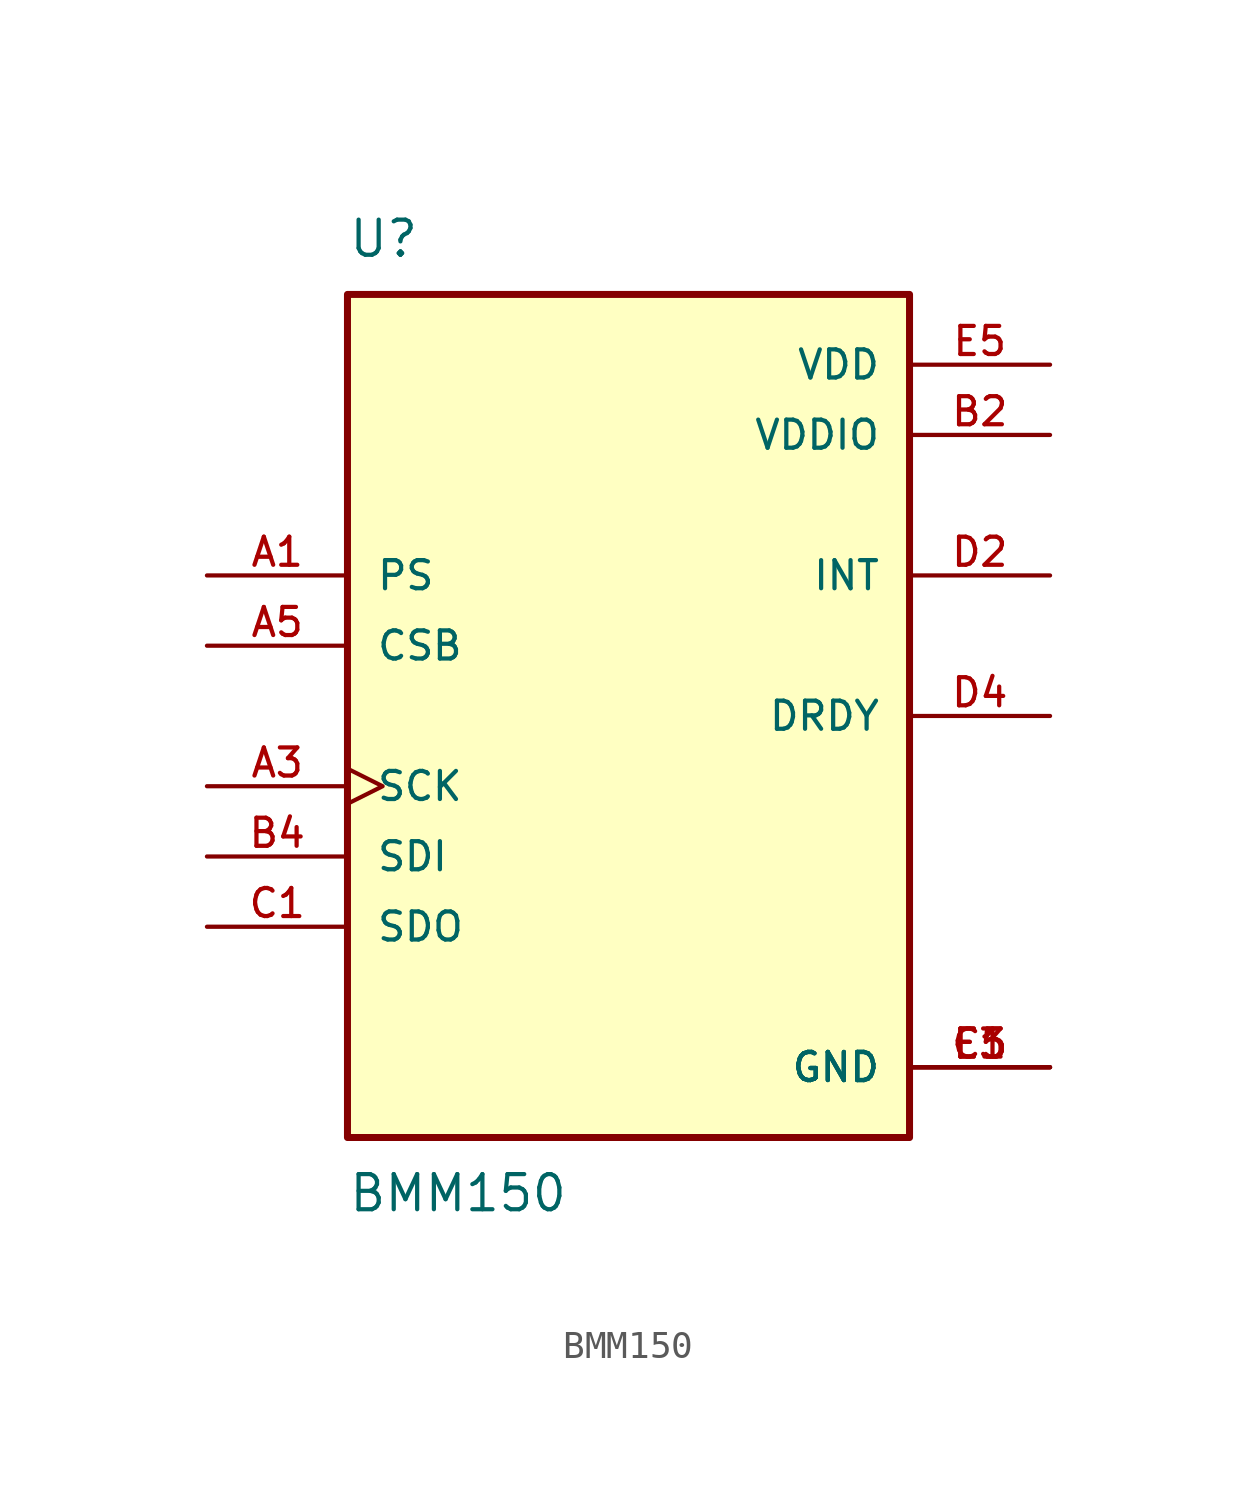
<source format=kicad_sym>
(kicad_symbol_lib
  (version 20211014)
  (generator kicad_symbol_editor)
  (symbol "BMM150"
    (pin_names
      (offset 1.016))
    (property "Reference" "U"
      (at -10.16 16.51 0)
      (effects (font (size 1.27 1.27)) (justify bottom left)))
    (property "Value" "BMM150"
      (at -10.16 -16.51 0)
      (effects (font (size 1.27 1.27)) (justify top left)))
    (symbol "BMM150_0_0"
      (rectangle (start -10.16 -15.24) (end 10.16 15.24) (stroke (width 0.254)) (fill (type background)))
      (pin input line (at -15.24 5.08 0) (length 5.08) (name "PS" (effects (font (size 1.016 1.016)))) (number "A1" (effects (font (size 1.016 1.016)))))
      (pin output line (at 15.24 5.08 180.0) (length 5.08) (name "INT" (effects (font (size 1.016 1.016)))) (number "D2" (effects (font (size 1.016 1.016)))))
      (pin input line (at -15.24 2.54 0) (length 5.08) (name "CSB" (effects (font (size 1.016 1.016)))) (number "A5" (effects (font (size 1.016 1.016)))))
      (pin power_in line (at 15.24 -12.7 180.0) (length 5.08) (name "GND" (effects (font (size 1.016 1.016)))) (number "C5" (effects (font (size 1.016 1.016)))))
      (pin power_in line (at 15.24 -12.7 180.0) (length 5.08) (name "GND" (effects (font (size 1.016 1.016)))) (number "E1" (effects (font (size 1.016 1.016)))))
      (pin power_in line (at 15.24 -12.7 180.0) (length 5.08) (name "GND" (effects (font (size 1.016 1.016)))) (number "E3" (effects (font (size 1.016 1.016)))))
      (pin output line (at 15.24 0.0 180.0) (length 5.08) (name "DRDY" (effects (font (size 1.016 1.016)))) (number "D4" (effects (font (size 1.016 1.016)))))
      (pin output line (at -15.24 -7.62 0) (length 5.08) (name "SDO" (effects (font (size 1.016 1.016)))) (number "C1" (effects (font (size 1.016 1.016)))))
      (pin bidirectional line (at -15.24 -5.08 0) (length 5.08) (name "SDI" (effects (font (size 1.016 1.016)))) (number "B4" (effects (font (size 1.016 1.016)))))
      (pin power_in line (at 15.24 12.7 180.0) (length 5.08) (name "VDD" (effects (font (size 1.016 1.016)))) (number "E5" (effects (font (size 1.016 1.016)))))
      (pin power_in line (at 15.24 10.16 180.0) (length 5.08) (name "VDDIO" (effects (font (size 1.016 1.016)))) (number "B2" (effects (font (size 1.016 1.016)))))
      (pin input clock (at -15.24 -2.54 0) (length 5.08) (name "SCK" (effects (font (size 1.016 1.016)))) (number "A3" (effects (font (size 1.016 1.016))))))))
</source>
